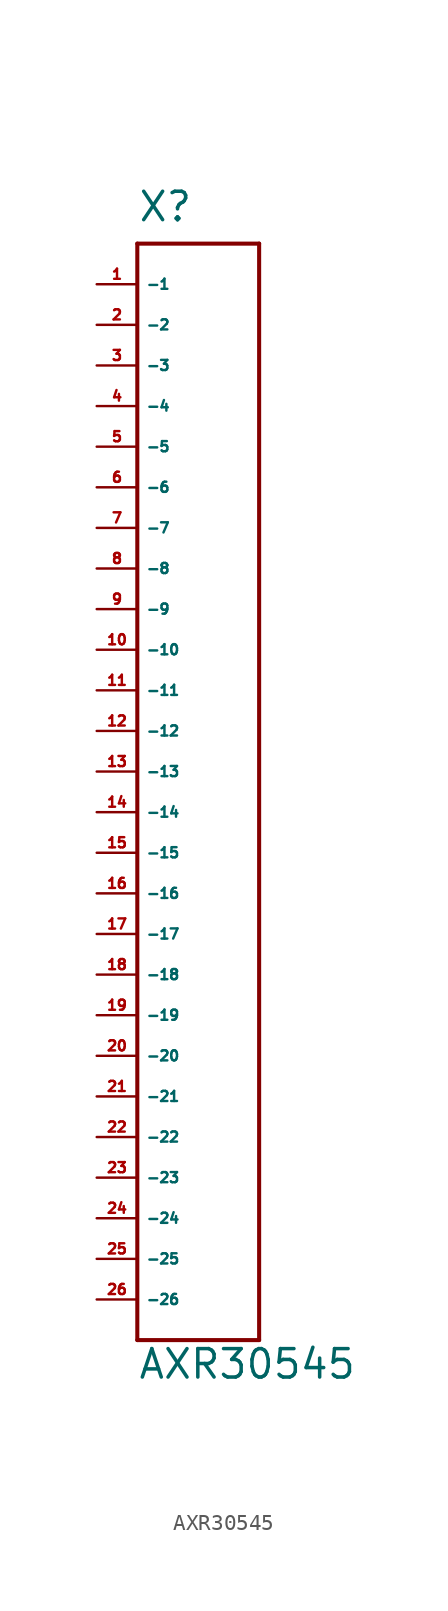
<source format=kicad_sym>
(kicad_symbol_lib
  (version 20220914)
  (generator Eagle2Kicad)
  (symbol "AXR30545"
    (property "Reference" "X"
      (at -2.54 34.29 0)
      (effects (font (size 1.778 1.778) (thickness 0.22)) (justify left bottom)))
    (property "Value" "AXR30545"
      (at -2.54 -38.1 0)
      (effects (font (size 1.778 1.778) (thickness 0.22)) (justify left bottom)))
    (polyline
      (pts (xy -2.54 33.02) (xy 5.08 33.02))
      (stroke (width 0.254) (type default))
      (fill (type none)))
    (polyline
      (pts (xy 5.08 33.02) (xy 5.08 -35.56))
      (stroke (width 0.254) (type default))
      (fill (type none)))
    (polyline
      (pts (xy 5.08 -35.56) (xy -2.54 -35.56))
      (stroke (width 0.254) (type default))
      (fill (type none)))
    (polyline
      (pts (xy -2.54 -35.56) (xy -2.54 33.02))
      (stroke (width 0.254) (type default))
      (fill (type none)))
    (pin input line
      (at -5.08 30.48 0)
      (length 2.54)
      (name "-1" (effects (font (size 0.635 0.635) (thickness 0.08)) (justify left bottom)))
      (number "1" (effects (font (size 0.635 0.635) (thickness 0.08)) (justify left bottom))))
    (pin input line
      (at -5.08 27.94 0)
      (length 2.54)
      (name "-2" (effects (font (size 0.635 0.635) (thickness 0.08)) (justify left bottom)))
      (number "2" (effects (font (size 0.635 0.635) (thickness 0.08)) (justify left bottom))))
    (pin input line
      (at -5.08 25.4 0)
      (length 2.54)
      (name "-3" (effects (font (size 0.635 0.635) (thickness 0.08)) (justify left bottom)))
      (number "3" (effects (font (size 0.635 0.635) (thickness 0.08)) (justify left bottom))))
    (pin input line
      (at -5.08 22.86 0)
      (length 2.54)
      (name "-4" (effects (font (size 0.635 0.635) (thickness 0.08)) (justify left bottom)))
      (number "4" (effects (font (size 0.635 0.635) (thickness 0.08)) (justify left bottom))))
    (pin input line
      (at -5.08 20.32 0)
      (length 2.54)
      (name "-5" (effects (font (size 0.635 0.635) (thickness 0.08)) (justify left bottom)))
      (number "5" (effects (font (size 0.635 0.635) (thickness 0.08)) (justify left bottom))))
    (pin input line
      (at -5.08 17.78 0)
      (length 2.54)
      (name "-6" (effects (font (size 0.635 0.635) (thickness 0.08)) (justify left bottom)))
      (number "6" (effects (font (size 0.635 0.635) (thickness 0.08)) (justify left bottom))))
    (pin input line
      (at -5.08 15.24 0)
      (length 2.54)
      (name "-7" (effects (font (size 0.635 0.635) (thickness 0.08)) (justify left bottom)))
      (number "7" (effects (font (size 0.635 0.635) (thickness 0.08)) (justify left bottom))))
    (pin input line
      (at -5.08 12.7 0)
      (length 2.54)
      (name "-8" (effects (font (size 0.635 0.635) (thickness 0.08)) (justify left bottom)))
      (number "8" (effects (font (size 0.635 0.635) (thickness 0.08)) (justify left bottom))))
    (pin input line
      (at -5.08 10.16 0)
      (length 2.54)
      (name "-9" (effects (font (size 0.635 0.635) (thickness 0.08)) (justify left bottom)))
      (number "9" (effects (font (size 0.635 0.635) (thickness 0.08)) (justify left bottom))))
    (pin input line
      (at -5.08 7.62 0)
      (length 2.54)
      (name "-10" (effects (font (size 0.635 0.635) (thickness 0.08)) (justify left bottom)))
      (number "10" (effects (font (size 0.635 0.635) (thickness 0.08)) (justify left bottom))))
    (pin input line
      (at -5.08 5.08 0)
      (length 2.54)
      (name "-11" (effects (font (size 0.635 0.635) (thickness 0.08)) (justify left bottom)))
      (number "11" (effects (font (size 0.635 0.635) (thickness 0.08)) (justify left bottom))))
    (pin input line
      (at -5.08 2.54 0)
      (length 2.54)
      (name "-12" (effects (font (size 0.635 0.635) (thickness 0.08)) (justify left bottom)))
      (number "12" (effects (font (size 0.635 0.635) (thickness 0.08)) (justify left bottom))))
    (pin input line
      (at -5.08 0 0)
      (length 2.54)
      (name "-13" (effects (font (size 0.635 0.635) (thickness 0.08)) (justify left bottom)))
      (number "13" (effects (font (size 0.635 0.635) (thickness 0.08)) (justify left bottom))))
    (pin input line
      (at -5.08 -2.54 0)
      (length 2.54)
      (name "-14" (effects (font (size 0.635 0.635) (thickness 0.08)) (justify left bottom)))
      (number "14" (effects (font (size 0.635 0.635) (thickness 0.08)) (justify left bottom))))
    (pin input line
      (at -5.08 -5.08 0)
      (length 2.54)
      (name "-15" (effects (font (size 0.635 0.635) (thickness 0.08)) (justify left bottom)))
      (number "15" (effects (font (size 0.635 0.635) (thickness 0.08)) (justify left bottom))))
    (pin input line
      (at -5.08 -7.62 0)
      (length 2.54)
      (name "-16" (effects (font (size 0.635 0.635) (thickness 0.08)) (justify left bottom)))
      (number "16" (effects (font (size 0.635 0.635) (thickness 0.08)) (justify left bottom))))
    (pin input line
      (at -5.08 -10.16 0)
      (length 2.54)
      (name "-17" (effects (font (size 0.635 0.635) (thickness 0.08)) (justify left bottom)))
      (number "17" (effects (font (size 0.635 0.635) (thickness 0.08)) (justify left bottom))))
    (pin input line
      (at -5.08 -12.7 0)
      (length 2.54)
      (name "-18" (effects (font (size 0.635 0.635) (thickness 0.08)) (justify left bottom)))
      (number "18" (effects (font (size 0.635 0.635) (thickness 0.08)) (justify left bottom))))
    (pin input line
      (at -5.08 -15.24 0)
      (length 2.54)
      (name "-19" (effects (font (size 0.635 0.635) (thickness 0.08)) (justify left bottom)))
      (number "19" (effects (font (size 0.635 0.635) (thickness 0.08)) (justify left bottom))))
    (pin input line
      (at -5.08 -17.78 0)
      (length 2.54)
      (name "-20" (effects (font (size 0.635 0.635) (thickness 0.08)) (justify left bottom)))
      (number "20" (effects (font (size 0.635 0.635) (thickness 0.08)) (justify left bottom))))
    (pin input line
      (at -5.08 -20.32 0)
      (length 2.54)
      (name "-21" (effects (font (size 0.635 0.635) (thickness 0.08)) (justify left bottom)))
      (number "21" (effects (font (size 0.635 0.635) (thickness 0.08)) (justify left bottom))))
    (pin input line
      (at -5.08 -22.86 0)
      (length 2.54)
      (name "-22" (effects (font (size 0.635 0.635) (thickness 0.08)) (justify left bottom)))
      (number "22" (effects (font (size 0.635 0.635) (thickness 0.08)) (justify left bottom))))
    (pin input line
      (at -5.08 -25.4 0)
      (length 2.54)
      (name "-23" (effects (font (size 0.635 0.635) (thickness 0.08)) (justify left bottom)))
      (number "23" (effects (font (size 0.635 0.635) (thickness 0.08)) (justify left bottom))))
    (pin input line
      (at -5.08 -27.94 0)
      (length 2.54)
      (name "-24" (effects (font (size 0.635 0.635) (thickness 0.08)) (justify left bottom)))
      (number "24" (effects (font (size 0.635 0.635) (thickness 0.08)) (justify left bottom))))
    (pin input line
      (at -5.08 -30.48 0)
      (length 2.54)
      (name "-25" (effects (font (size 0.635 0.635) (thickness 0.08)) (justify left bottom)))
      (number "25" (effects (font (size 0.635 0.635) (thickness 0.08)) (justify left bottom))))
    (pin input line
      (at -5.08 -33.02 0)
      (length 2.54)
      (name "-26" (effects (font (size 0.635 0.635) (thickness 0.08)) (justify left bottom)))
      (number "26" (effects (font (size 0.635 0.635) (thickness 0.08)) (justify left bottom))))))
</source>
